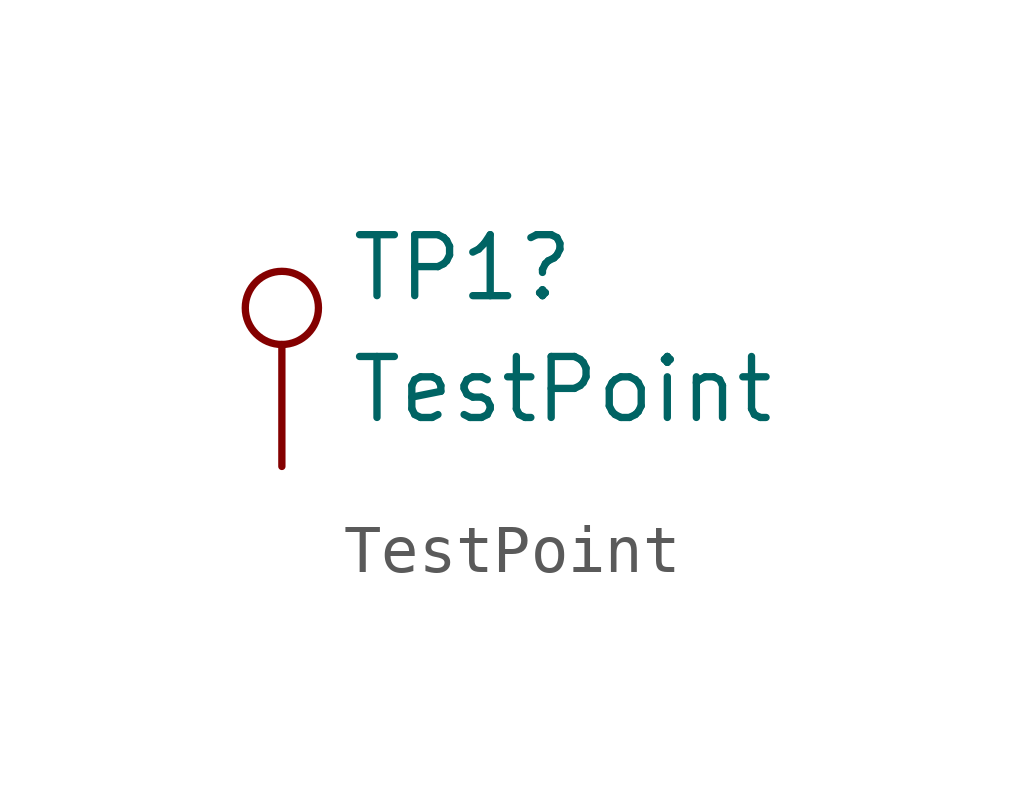
<source format=kicad_sym>
(kicad_symbol_lib
  (version 20211014)
  (generator kicad_symbol_editor)
  (symbol "TestPoint"
    (pin_numbers hide)
    (pin_names
      (offset 0.762) hide)
    (property "Reference" "TP1"
      (at 1.397 4.137 0)
      (effects (font (size 1.27 1.27)) (justify left)))
    (property "Value" "TestPoint"
      (at 1.397 1.6 0)
      (effects (font (size 1.27 1.27)) (justify left)))
    (symbol "TestPoint_0_1"
      (circle (center 0 3.302) (radius 0.762) (stroke (width 0) (type default) (color 0 0 0 0)) (fill (type none))))
    (symbol "TestPoint_1_1"
      (pin passive line (at 0 0 90) (length 2.54) (name "1" (effects (font (size 1.27 1.27)))) (number "T" (effects (font (size 1.27 1.27))))))))
</source>
